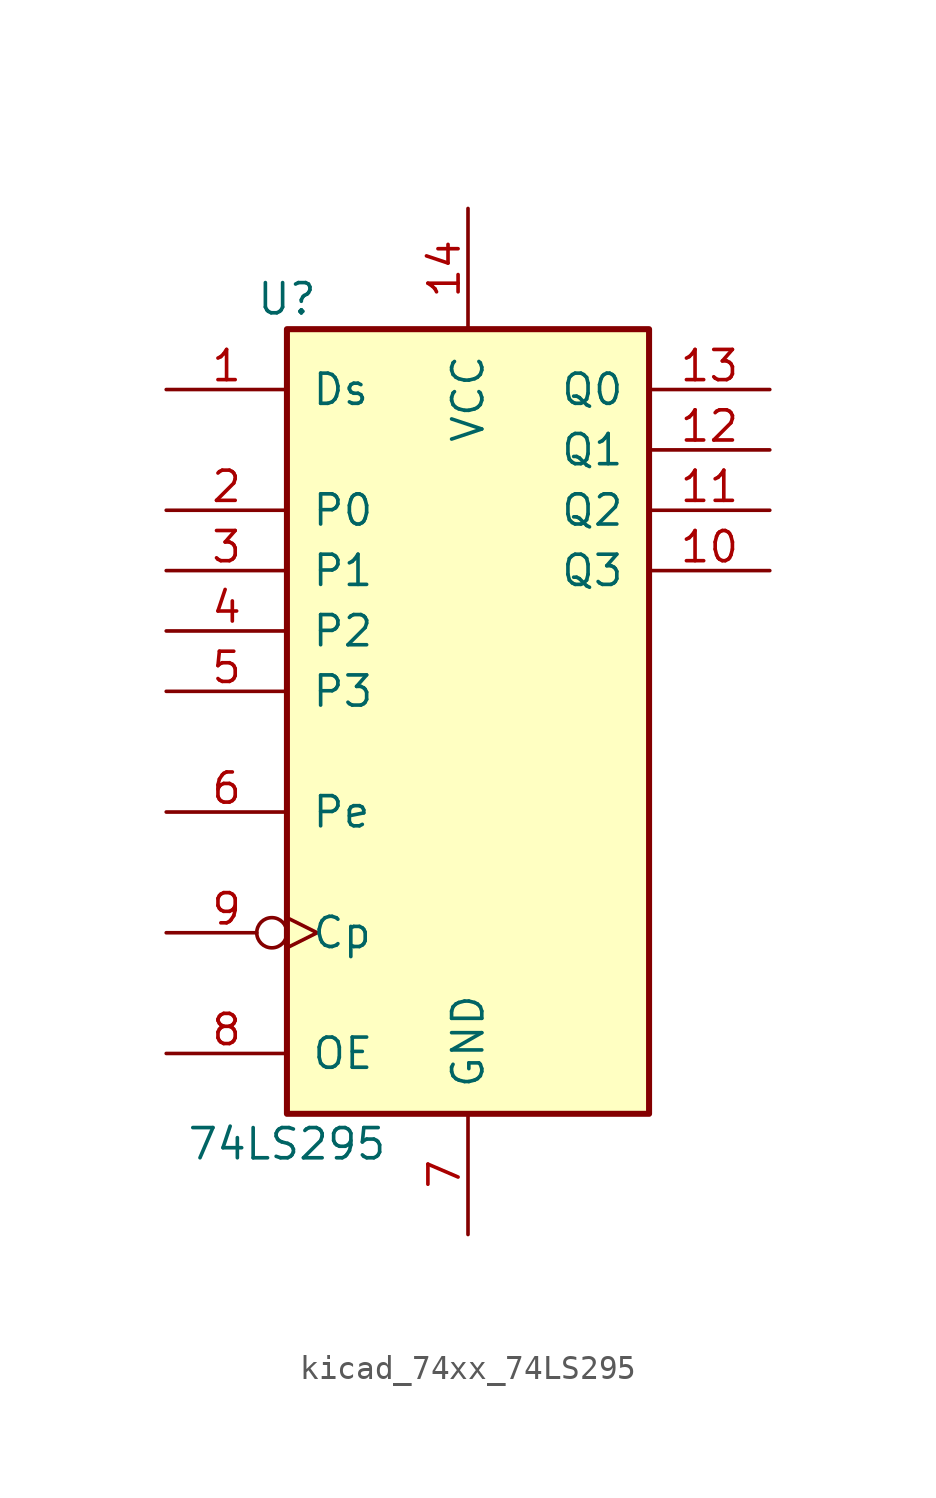
<source format=kicad_sym>
(kicad_symbol_lib
  (version 20220914)
  (generator kicad_symbol_editor)
  (symbol "kicad_74xx_74LS295"
    (pin_names
      (offset 1.016))
    (property "Reference" "U"
      (at -7.62 16.51 0)
      (effects (font (size 1.27 1.27))))
    (property "Value" "74LS295"
      (at -7.62 -19.05 0)
      (effects (font (size 1.27 1.27))))
    (property "ki_locked" ""
      (at 0 0 0)
      (effects (font (size 1.27 1.27))))
    (symbol "kicad_74xx_74LS295_1_0"
      (pin input line (at -12.7 12.7 0) (length 5.08) (name "Ds" (effects (font (size 1.27 1.27)))) (number "1" (effects (font (size 1.27 1.27)))))
      (pin output line (at 12.7 5.08 180) (length 5.08) (name "Q3" (effects (font (size 1.27 1.27)))) (number "10" (effects (font (size 1.27 1.27)))))
      (pin output line (at 12.7 7.62 180) (length 5.08) (name "Q2" (effects (font (size 1.27 1.27)))) (number "11" (effects (font (size 1.27 1.27)))))
      (pin output line (at 12.7 10.16 180) (length 5.08) (name "Q1" (effects (font (size 1.27 1.27)))) (number "12" (effects (font (size 1.27 1.27)))))
      (pin output line (at 12.7 12.7 180) (length 5.08) (name "Q0" (effects (font (size 1.27 1.27)))) (number "13" (effects (font (size 1.27 1.27)))))
      (pin power_in line (at 0 20.32 270) (length 5.08) (name "VCC" (effects (font (size 1.27 1.27)))) (number "14" (effects (font (size 1.27 1.27)))))
      (pin input line (at -12.7 7.62 0) (length 5.08) (name "P0" (effects (font (size 1.27 1.27)))) (number "2" (effects (font (size 1.27 1.27)))))
      (pin input line (at -12.7 5.08 0) (length 5.08) (name "P1" (effects (font (size 1.27 1.27)))) (number "3" (effects (font (size 1.27 1.27)))))
      (pin input line (at -12.7 2.54 0) (length 5.08) (name "P2" (effects (font (size 1.27 1.27)))) (number "4" (effects (font (size 1.27 1.27)))))
      (pin input line (at -12.7 0 0) (length 5.08) (name "P3" (effects (font (size 1.27 1.27)))) (number "5" (effects (font (size 1.27 1.27)))))
      (pin input line (at -12.7 -5.08 0) (length 5.08) (name "Pe" (effects (font (size 1.27 1.27)))) (number "6" (effects (font (size 1.27 1.27)))))
      (pin power_in line (at 0 -22.86 90) (length 5.08) (name "GND" (effects (font (size 1.27 1.27)))) (number "7" (effects (font (size 1.27 1.27)))))
      (pin input line (at -12.7 -15.24 0) (length 5.08) (name "OE" (effects (font (size 1.27 1.27)))) (number "8" (effects (font (size 1.27 1.27)))))
      (pin input inverted_clock (at -12.7 -10.16 0) (length 5.08) (name "Cp" (effects (font (size 1.27 1.27)))) (number "9" (effects (font (size 1.27 1.27))))))
    (symbol "kicad_74xx_74LS295_1_1"
      (rectangle (start -7.62 15.24) (end 7.62 -17.78) (stroke (width 0.254) (type default)) (fill (type background))))))
</source>
